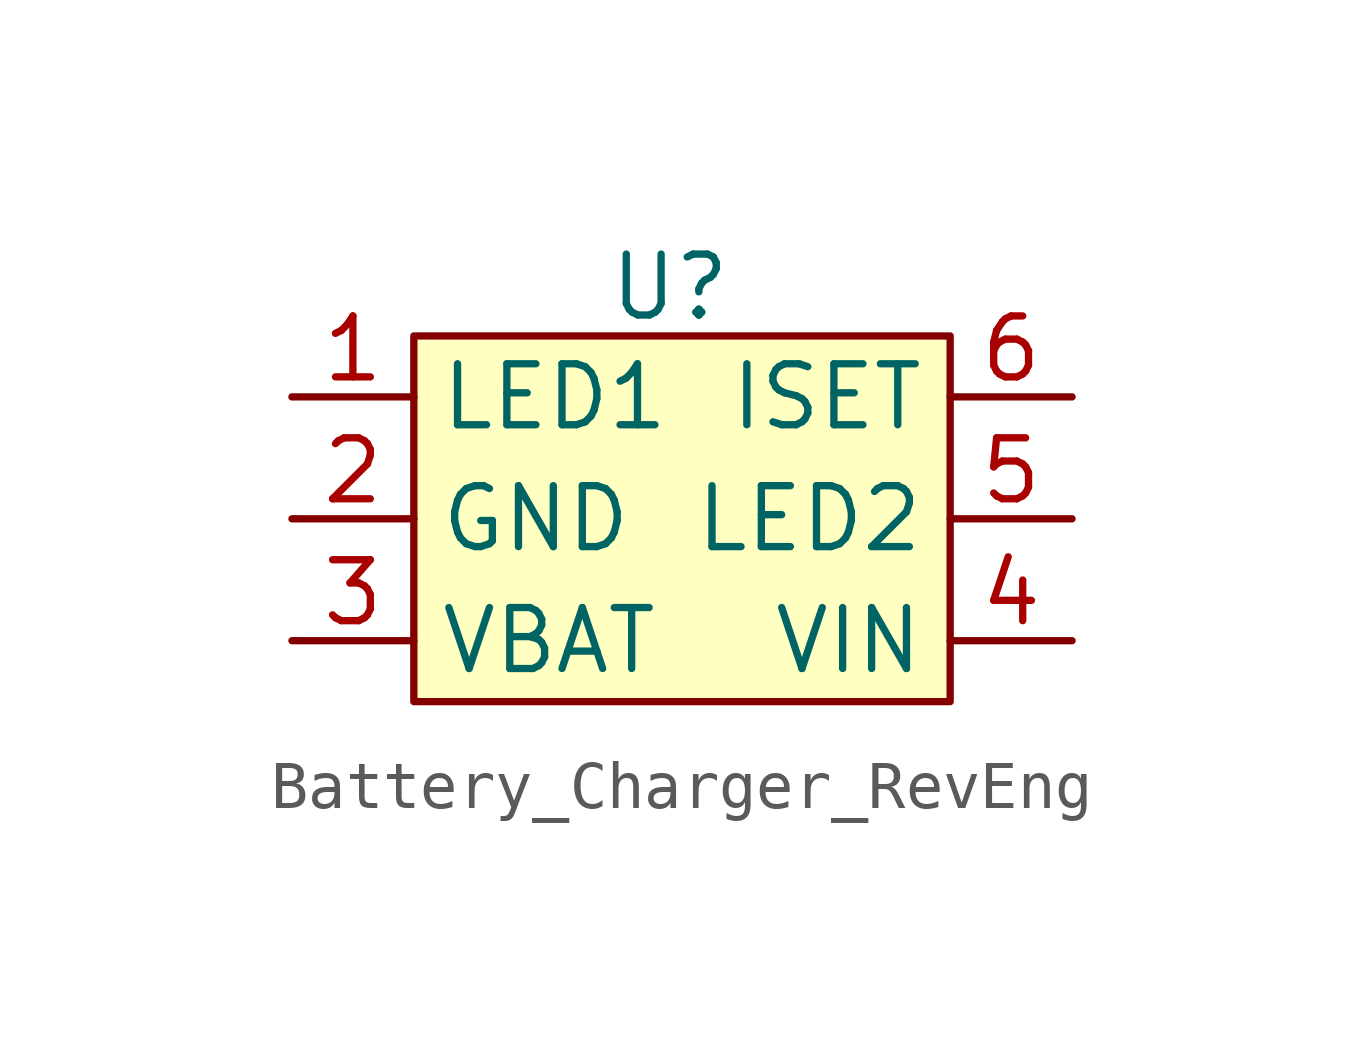
<source format=kicad_sym>
(kicad_symbol_lib
  (version 20241209)
  (generator "kicad_symbol_editor")
  (generator_version "9.0")
  (symbol "Battery_Charger_RevEng"
    (property "Reference" "U"
      (at 2.794 1.016 0)
      (effects (font (size 1.27 1.27))))
    (property "Value" ""
      (at 0 0 0)
      (effects (font (size 1.27 1.27))))
    (symbol "Battery_Charger_RevEng_1_1"
      (rectangle (start -2.54 0) (end 8.636 -7.62) (stroke (width 0) (type solid)) (fill (type background)))
      (pin input line (at -5.08 -1.27 0) (length 2.54) (name "LED1" (effects (font (size 1.27 1.27)))) (number "1" (effects (font (size 1.27 1.27)))))
      (pin input line (at -5.08 -3.81 0) (length 2.54) (name "GND" (effects (font (size 1.27 1.27)))) (number "2" (effects (font (size 1.27 1.27)))))
      (pin input line (at -5.08 -6.35 0) (length 2.54) (name "VBAT" (effects (font (size 1.27 1.27)))) (number "3" (effects (font (size 1.27 1.27)))))
      (pin input line (at 11.176 -1.27 180) (length 2.54) (name "ISET" (effects (font (size 1.27 1.27)))) (number "6" (effects (font (size 1.27 1.27)))))
      (pin input line (at 11.176 -3.81 180) (length 2.54) (name "LED2" (effects (font (size 1.27 1.27)))) (number "5" (effects (font (size 1.27 1.27)))))
      (pin input line (at 11.176 -6.35 180) (length 2.54) (name "VIN" (effects (font (size 1.27 1.27)))) (number "4" (effects (font (size 1.27 1.27))))))))
</source>
